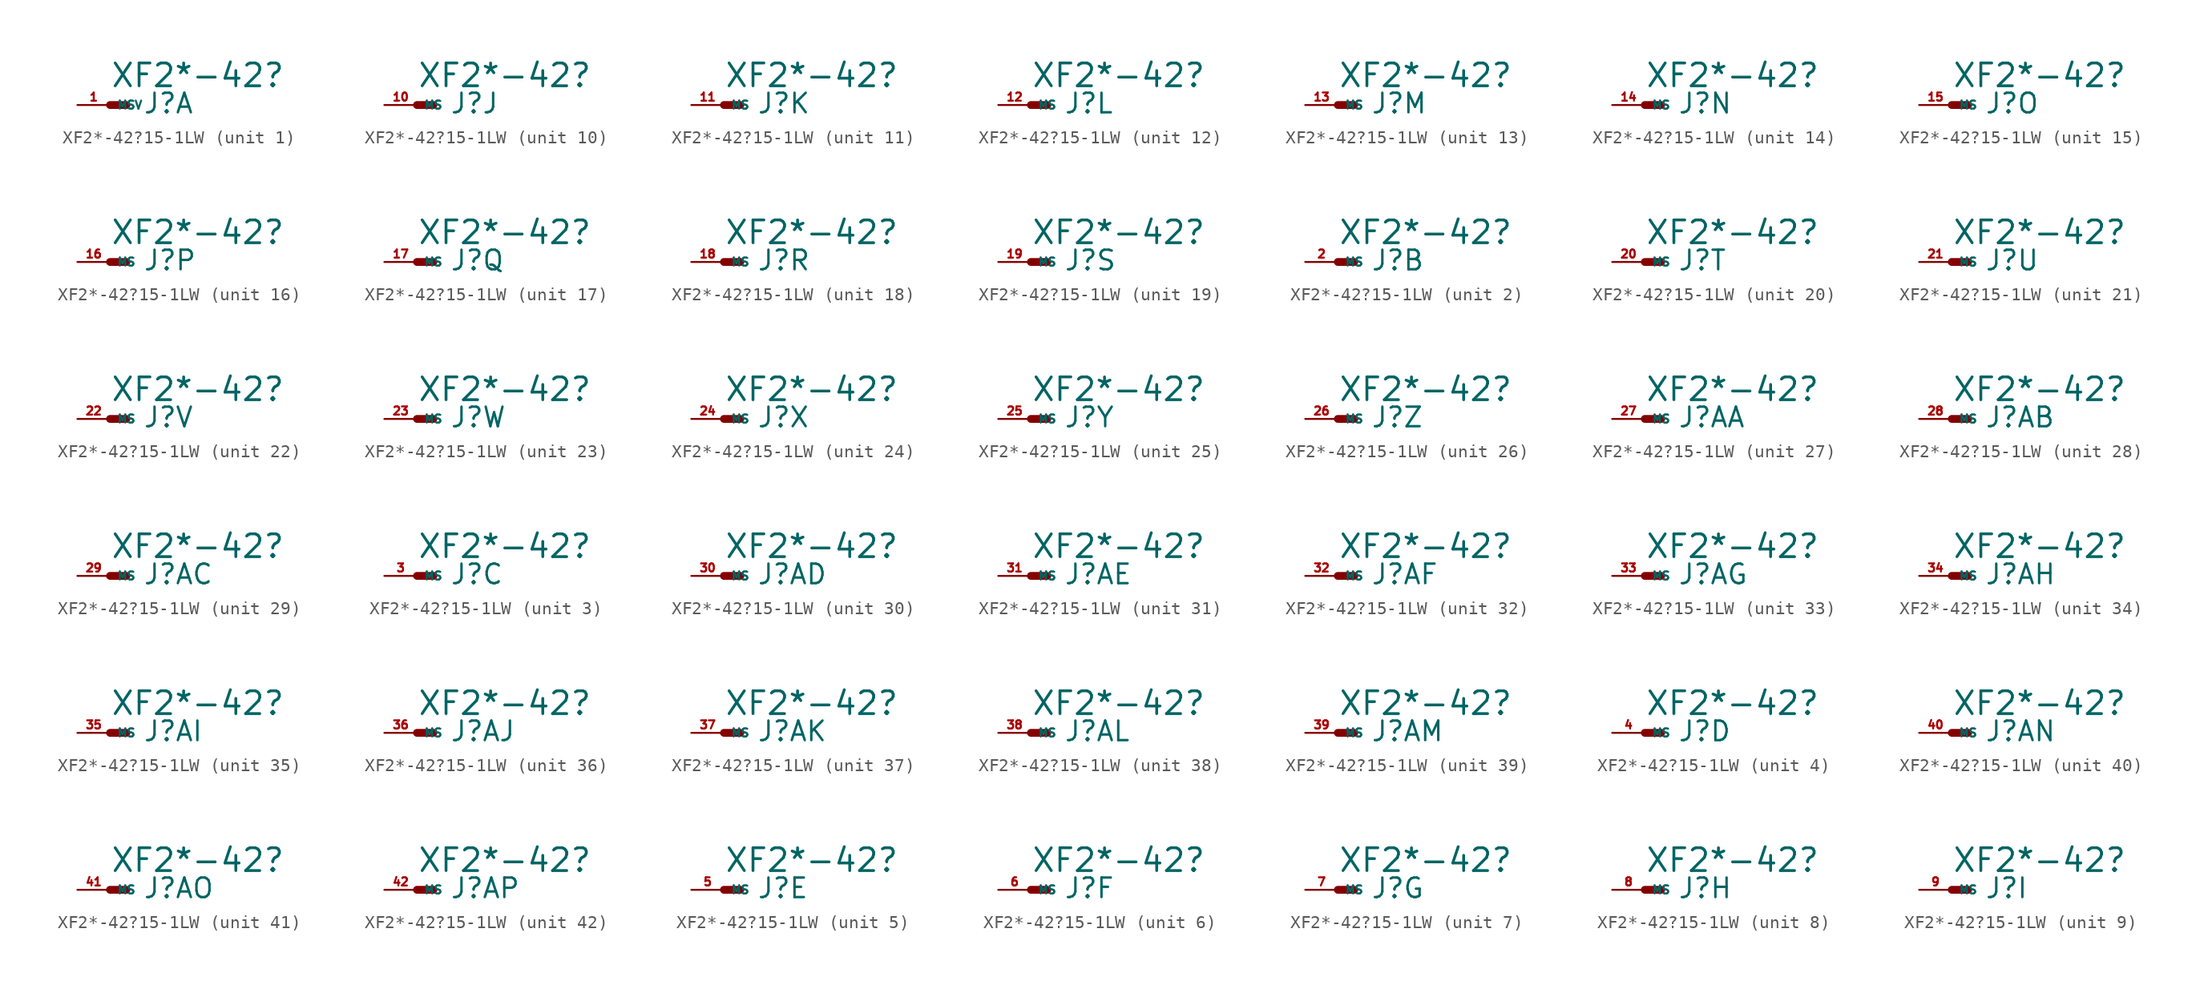
<source format=kicad_sym>
(kicad_symbol_lib
  (version 20220914)
  (generator Eagle2Kicad)
  (symbol "XF2*-42?15-1LW"
    (property "Reference" "J"
      (at 2.54 -0.762 0)
      (effects (font (size 1.524 1.524) (thickness 0.19)) (justify left bottom)))
    (property "Value" "XF2*-42?"
      (at 0 1.27 0)
      (effects (font (size 1.778 1.778) (thickness 0.22)) (justify left bottom)))
    (symbol "XF2*-42?15-1LW_1_0"
      (polyline (pts (xy 0 0) (xy 1.27 0)) (stroke (width 0.61) (type default)) (fill (type none)))
      (pin passive line (at -2.54 0 0) (length 2.54) (name "MSV" (effects (font (size 0.635 0.635) (thickness 0.08)) (justify left bottom))) (number "1" (effects (font (size 0.635 0.635) (thickness 0.08)) (justify left bottom)))))
    (symbol "XF2*-42?15-1LW_2_0"
      (polyline (pts (xy 0 0) (xy 1.27 0)) (stroke (width 0.61) (type default)) (fill (type none)))
      (pin passive line (at -2.54 0 0) (length 2.54) (name "MS" (effects (font (size 0.635 0.635) (thickness 0.08)) (justify left bottom))) (number "2" (effects (font (size 0.635 0.635) (thickness 0.08)) (justify left bottom)))))
    (symbol "XF2*-42?15-1LW_3_0"
      (polyline (pts (xy 0 0) (xy 1.27 0)) (stroke (width 0.61) (type default)) (fill (type none)))
      (pin passive line (at -2.54 0 0) (length 2.54) (name "MS" (effects (font (size 0.635 0.635) (thickness 0.08)) (justify left bottom))) (number "3" (effects (font (size 0.635 0.635) (thickness 0.08)) (justify left bottom)))))
    (symbol "XF2*-42?15-1LW_4_0"
      (polyline (pts (xy 0 0) (xy 1.27 0)) (stroke (width 0.61) (type default)) (fill (type none)))
      (pin passive line (at -2.54 0 0) (length 2.54) (name "MS" (effects (font (size 0.635 0.635) (thickness 0.08)) (justify left bottom))) (number "4" (effects (font (size 0.635 0.635) (thickness 0.08)) (justify left bottom)))))
    (symbol "XF2*-42?15-1LW_5_0"
      (polyline (pts (xy 0 0) (xy 1.27 0)) (stroke (width 0.61) (type default)) (fill (type none)))
      (pin passive line (at -2.54 0 0) (length 2.54) (name "MS" (effects (font (size 0.635 0.635) (thickness 0.08)) (justify left bottom))) (number "5" (effects (font (size 0.635 0.635) (thickness 0.08)) (justify left bottom)))))
    (symbol "XF2*-42?15-1LW_6_0"
      (polyline (pts (xy 0 0) (xy 1.27 0)) (stroke (width 0.61) (type default)) (fill (type none)))
      (pin passive line (at -2.54 0 0) (length 2.54) (name "MS" (effects (font (size 0.635 0.635) (thickness 0.08)) (justify left bottom))) (number "6" (effects (font (size 0.635 0.635) (thickness 0.08)) (justify left bottom)))))
    (symbol "XF2*-42?15-1LW_7_0"
      (polyline (pts (xy 0 0) (xy 1.27 0)) (stroke (width 0.61) (type default)) (fill (type none)))
      (pin passive line (at -2.54 0 0) (length 2.54) (name "MS" (effects (font (size 0.635 0.635) (thickness 0.08)) (justify left bottom))) (number "7" (effects (font (size 0.635 0.635) (thickness 0.08)) (justify left bottom)))))
    (symbol "XF2*-42?15-1LW_8_0"
      (polyline (pts (xy 0 0) (xy 1.27 0)) (stroke (width 0.61) (type default)) (fill (type none)))
      (pin passive line (at -2.54 0 0) (length 2.54) (name "MS" (effects (font (size 0.635 0.635) (thickness 0.08)) (justify left bottom))) (number "8" (effects (font (size 0.635 0.635) (thickness 0.08)) (justify left bottom)))))
    (symbol "XF2*-42?15-1LW_9_0"
      (polyline (pts (xy 0 0) (xy 1.27 0)) (stroke (width 0.61) (type default)) (fill (type none)))
      (pin passive line (at -2.54 0 0) (length 2.54) (name "MS" (effects (font (size 0.635 0.635) (thickness 0.08)) (justify left bottom))) (number "9" (effects (font (size 0.635 0.635) (thickness 0.08)) (justify left bottom)))))
    (symbol "XF2*-42?15-1LW_10_0"
      (polyline (pts (xy 0 0) (xy 1.27 0)) (stroke (width 0.61) (type default)) (fill (type none)))
      (pin passive line (at -2.54 0 0) (length 2.54) (name "MS" (effects (font (size 0.635 0.635) (thickness 0.08)) (justify left bottom))) (number "10" (effects (font (size 0.635 0.635) (thickness 0.08)) (justify left bottom)))))
    (symbol "XF2*-42?15-1LW_11_0"
      (polyline (pts (xy 0 0) (xy 1.27 0)) (stroke (width 0.61) (type default)) (fill (type none)))
      (pin passive line (at -2.54 0 0) (length 2.54) (name "MS" (effects (font (size 0.635 0.635) (thickness 0.08)) (justify left bottom))) (number "11" (effects (font (size 0.635 0.635) (thickness 0.08)) (justify left bottom)))))
    (symbol "XF2*-42?15-1LW_12_0"
      (polyline (pts (xy 0 0) (xy 1.27 0)) (stroke (width 0.61) (type default)) (fill (type none)))
      (pin passive line (at -2.54 0 0) (length 2.54) (name "MS" (effects (font (size 0.635 0.635) (thickness 0.08)) (justify left bottom))) (number "12" (effects (font (size 0.635 0.635) (thickness 0.08)) (justify left bottom)))))
    (symbol "XF2*-42?15-1LW_13_0"
      (polyline (pts (xy 0 0) (xy 1.27 0)) (stroke (width 0.61) (type default)) (fill (type none)))
      (pin passive line (at -2.54 0 0) (length 2.54) (name "MS" (effects (font (size 0.635 0.635) (thickness 0.08)) (justify left bottom))) (number "13" (effects (font (size 0.635 0.635) (thickness 0.08)) (justify left bottom)))))
    (symbol "XF2*-42?15-1LW_14_0"
      (polyline (pts (xy 0 0) (xy 1.27 0)) (stroke (width 0.61) (type default)) (fill (type none)))
      (pin passive line (at -2.54 0 0) (length 2.54) (name "MS" (effects (font (size 0.635 0.635) (thickness 0.08)) (justify left bottom))) (number "14" (effects (font (size 0.635 0.635) (thickness 0.08)) (justify left bottom)))))
    (symbol "XF2*-42?15-1LW_15_0"
      (polyline (pts (xy 0 0) (xy 1.27 0)) (stroke (width 0.61) (type default)) (fill (type none)))
      (pin passive line (at -2.54 0 0) (length 2.54) (name "MS" (effects (font (size 0.635 0.635) (thickness 0.08)) (justify left bottom))) (number "15" (effects (font (size 0.635 0.635) (thickness 0.08)) (justify left bottom)))))
    (symbol "XF2*-42?15-1LW_16_0"
      (polyline (pts (xy 0 0) (xy 1.27 0)) (stroke (width 0.61) (type default)) (fill (type none)))
      (pin passive line (at -2.54 0 0) (length 2.54) (name "MS" (effects (font (size 0.635 0.635) (thickness 0.08)) (justify left bottom))) (number "16" (effects (font (size 0.635 0.635) (thickness 0.08)) (justify left bottom)))))
    (symbol "XF2*-42?15-1LW_17_0"
      (polyline (pts (xy 0 0) (xy 1.27 0)) (stroke (width 0.61) (type default)) (fill (type none)))
      (pin passive line (at -2.54 0 0) (length 2.54) (name "MS" (effects (font (size 0.635 0.635) (thickness 0.08)) (justify left bottom))) (number "17" (effects (font (size 0.635 0.635) (thickness 0.08)) (justify left bottom)))))
    (symbol "XF2*-42?15-1LW_18_0"
      (polyline (pts (xy 0 0) (xy 1.27 0)) (stroke (width 0.61) (type default)) (fill (type none)))
      (pin passive line (at -2.54 0 0) (length 2.54) (name "MS" (effects (font (size 0.635 0.635) (thickness 0.08)) (justify left bottom))) (number "18" (effects (font (size 0.635 0.635) (thickness 0.08)) (justify left bottom)))))
    (symbol "XF2*-42?15-1LW_19_0"
      (polyline (pts (xy 0 0) (xy 1.27 0)) (stroke (width 0.61) (type default)) (fill (type none)))
      (pin passive line (at -2.54 0 0) (length 2.54) (name "MS" (effects (font (size 0.635 0.635) (thickness 0.08)) (justify left bottom))) (number "19" (effects (font (size 0.635 0.635) (thickness 0.08)) (justify left bottom)))))
    (symbol "XF2*-42?15-1LW_20_0"
      (polyline (pts (xy 0 0) (xy 1.27 0)) (stroke (width 0.61) (type default)) (fill (type none)))
      (pin passive line (at -2.54 0 0) (length 2.54) (name "MS" (effects (font (size 0.635 0.635) (thickness 0.08)) (justify left bottom))) (number "20" (effects (font (size 0.635 0.635) (thickness 0.08)) (justify left bottom)))))
    (symbol "XF2*-42?15-1LW_21_0"
      (polyline (pts (xy 0 0) (xy 1.27 0)) (stroke (width 0.61) (type default)) (fill (type none)))
      (pin passive line (at -2.54 0 0) (length 2.54) (name "MS" (effects (font (size 0.635 0.635) (thickness 0.08)) (justify left bottom))) (number "21" (effects (font (size 0.635 0.635) (thickness 0.08)) (justify left bottom)))))
    (symbol "XF2*-42?15-1LW_22_0"
      (polyline (pts (xy 0 0) (xy 1.27 0)) (stroke (width 0.61) (type default)) (fill (type none)))
      (pin passive line (at -2.54 0 0) (length 2.54) (name "MS" (effects (font (size 0.635 0.635) (thickness 0.08)) (justify left bottom))) (number "22" (effects (font (size 0.635 0.635) (thickness 0.08)) (justify left bottom)))))
    (symbol "XF2*-42?15-1LW_23_0"
      (polyline (pts (xy 0 0) (xy 1.27 0)) (stroke (width 0.61) (type default)) (fill (type none)))
      (pin passive line (at -2.54 0 0) (length 2.54) (name "MS" (effects (font (size 0.635 0.635) (thickness 0.08)) (justify left bottom))) (number "23" (effects (font (size 0.635 0.635) (thickness 0.08)) (justify left bottom)))))
    (symbol "XF2*-42?15-1LW_24_0"
      (polyline (pts (xy 0 0) (xy 1.27 0)) (stroke (width 0.61) (type default)) (fill (type none)))
      (pin passive line (at -2.54 0 0) (length 2.54) (name "MS" (effects (font (size 0.635 0.635) (thickness 0.08)) (justify left bottom))) (number "24" (effects (font (size 0.635 0.635) (thickness 0.08)) (justify left bottom)))))
    (symbol "XF2*-42?15-1LW_25_0"
      (polyline (pts (xy 0 0) (xy 1.27 0)) (stroke (width 0.61) (type default)) (fill (type none)))
      (pin passive line (at -2.54 0 0) (length 2.54) (name "MS" (effects (font (size 0.635 0.635) (thickness 0.08)) (justify left bottom))) (number "25" (effects (font (size 0.635 0.635) (thickness 0.08)) (justify left bottom)))))
    (symbol "XF2*-42?15-1LW_26_0"
      (polyline (pts (xy 0 0) (xy 1.27 0)) (stroke (width 0.61) (type default)) (fill (type none)))
      (pin passive line (at -2.54 0 0) (length 2.54) (name "MS" (effects (font (size 0.635 0.635) (thickness 0.08)) (justify left bottom))) (number "26" (effects (font (size 0.635 0.635) (thickness 0.08)) (justify left bottom)))))
    (symbol "XF2*-42?15-1LW_27_0"
      (polyline (pts (xy 0 0) (xy 1.27 0)) (stroke (width 0.61) (type default)) (fill (type none)))
      (pin passive line (at -2.54 0 0) (length 2.54) (name "MS" (effects (font (size 0.635 0.635) (thickness 0.08)) (justify left bottom))) (number "27" (effects (font (size 0.635 0.635) (thickness 0.08)) (justify left bottom)))))
    (symbol "XF2*-42?15-1LW_28_0"
      (polyline (pts (xy 0 0) (xy 1.27 0)) (stroke (width 0.61) (type default)) (fill (type none)))
      (pin passive line (at -2.54 0 0) (length 2.54) (name "MS" (effects (font (size 0.635 0.635) (thickness 0.08)) (justify left bottom))) (number "28" (effects (font (size 0.635 0.635) (thickness 0.08)) (justify left bottom)))))
    (symbol "XF2*-42?15-1LW_29_0"
      (polyline (pts (xy 0 0) (xy 1.27 0)) (stroke (width 0.61) (type default)) (fill (type none)))
      (pin passive line (at -2.54 0 0) (length 2.54) (name "MS" (effects (font (size 0.635 0.635) (thickness 0.08)) (justify left bottom))) (number "29" (effects (font (size 0.635 0.635) (thickness 0.08)) (justify left bottom)))))
    (symbol "XF2*-42?15-1LW_30_0"
      (polyline (pts (xy 0 0) (xy 1.27 0)) (stroke (width 0.61) (type default)) (fill (type none)))
      (pin passive line (at -2.54 0 0) (length 2.54) (name "MS" (effects (font (size 0.635 0.635) (thickness 0.08)) (justify left bottom))) (number "30" (effects (font (size 0.635 0.635) (thickness 0.08)) (justify left bottom)))))
    (symbol "XF2*-42?15-1LW_31_0"
      (polyline (pts (xy 0 0) (xy 1.27 0)) (stroke (width 0.61) (type default)) (fill (type none)))
      (pin passive line (at -2.54 0 0) (length 2.54) (name "MS" (effects (font (size 0.635 0.635) (thickness 0.08)) (justify left bottom))) (number "31" (effects (font (size 0.635 0.635) (thickness 0.08)) (justify left bottom)))))
    (symbol "XF2*-42?15-1LW_32_0"
      (polyline (pts (xy 0 0) (xy 1.27 0)) (stroke (width 0.61) (type default)) (fill (type none)))
      (pin passive line (at -2.54 0 0) (length 2.54) (name "MS" (effects (font (size 0.635 0.635) (thickness 0.08)) (justify left bottom))) (number "32" (effects (font (size 0.635 0.635) (thickness 0.08)) (justify left bottom)))))
    (symbol "XF2*-42?15-1LW_33_0"
      (polyline (pts (xy 0 0) (xy 1.27 0)) (stroke (width 0.61) (type default)) (fill (type none)))
      (pin passive line (at -2.54 0 0) (length 2.54) (name "MS" (effects (font (size 0.635 0.635) (thickness 0.08)) (justify left bottom))) (number "33" (effects (font (size 0.635 0.635) (thickness 0.08)) (justify left bottom)))))
    (symbol "XF2*-42?15-1LW_34_0"
      (polyline (pts (xy 0 0) (xy 1.27 0)) (stroke (width 0.61) (type default)) (fill (type none)))
      (pin passive line (at -2.54 0 0) (length 2.54) (name "MS" (effects (font (size 0.635 0.635) (thickness 0.08)) (justify left bottom))) (number "34" (effects (font (size 0.635 0.635) (thickness 0.08)) (justify left bottom)))))
    (symbol "XF2*-42?15-1LW_35_0"
      (polyline (pts (xy 0 0) (xy 1.27 0)) (stroke (width 0.61) (type default)) (fill (type none)))
      (pin passive line (at -2.54 0 0) (length 2.54) (name "MS" (effects (font (size 0.635 0.635) (thickness 0.08)) (justify left bottom))) (number "35" (effects (font (size 0.635 0.635) (thickness 0.08)) (justify left bottom)))))
    (symbol "XF2*-42?15-1LW_36_0"
      (polyline (pts (xy 0 0) (xy 1.27 0)) (stroke (width 0.61) (type default)) (fill (type none)))
      (pin passive line (at -2.54 0 0) (length 2.54) (name "MS" (effects (font (size 0.635 0.635) (thickness 0.08)) (justify left bottom))) (number "36" (effects (font (size 0.635 0.635) (thickness 0.08)) (justify left bottom)))))
    (symbol "XF2*-42?15-1LW_37_0"
      (polyline (pts (xy 0 0) (xy 1.27 0)) (stroke (width 0.61) (type default)) (fill (type none)))
      (pin passive line (at -2.54 0 0) (length 2.54) (name "MS" (effects (font (size 0.635 0.635) (thickness 0.08)) (justify left bottom))) (number "37" (effects (font (size 0.635 0.635) (thickness 0.08)) (justify left bottom)))))
    (symbol "XF2*-42?15-1LW_38_0"
      (polyline (pts (xy 0 0) (xy 1.27 0)) (stroke (width 0.61) (type default)) (fill (type none)))
      (pin passive line (at -2.54 0 0) (length 2.54) (name "MS" (effects (font (size 0.635 0.635) (thickness 0.08)) (justify left bottom))) (number "38" (effects (font (size 0.635 0.635) (thickness 0.08)) (justify left bottom)))))
    (symbol "XF2*-42?15-1LW_39_0"
      (polyline (pts (xy 0 0) (xy 1.27 0)) (stroke (width 0.61) (type default)) (fill (type none)))
      (pin passive line (at -2.54 0 0) (length 2.54) (name "MS" (effects (font (size 0.635 0.635) (thickness 0.08)) (justify left bottom))) (number "39" (effects (font (size 0.635 0.635) (thickness 0.08)) (justify left bottom)))))
    (symbol "XF2*-42?15-1LW_40_0"
      (polyline (pts (xy 0 0) (xy 1.27 0)) (stroke (width 0.61) (type default)) (fill (type none)))
      (pin passive line (at -2.54 0 0) (length 2.54) (name "MS" (effects (font (size 0.635 0.635) (thickness 0.08)) (justify left bottom))) (number "40" (effects (font (size 0.635 0.635) (thickness 0.08)) (justify left bottom)))))
    (symbol "XF2*-42?15-1LW_41_0"
      (polyline (pts (xy 0 0) (xy 1.27 0)) (stroke (width 0.61) (type default)) (fill (type none)))
      (pin passive line (at -2.54 0 0) (length 2.54) (name "MS" (effects (font (size 0.635 0.635) (thickness 0.08)) (justify left bottom))) (number "41" (effects (font (size 0.635 0.635) (thickness 0.08)) (justify left bottom)))))
    (symbol "XF2*-42?15-1LW_42_0"
      (polyline (pts (xy 0 0) (xy 1.27 0)) (stroke (width 0.61) (type default)) (fill (type none)))
      (pin passive line (at -2.54 0 0) (length 2.54) (name "MS" (effects (font (size 0.635 0.635) (thickness 0.08)) (justify left bottom))) (number "42" (effects (font (size 0.635 0.635) (thickness 0.08)) (justify left bottom)))))))
</source>
